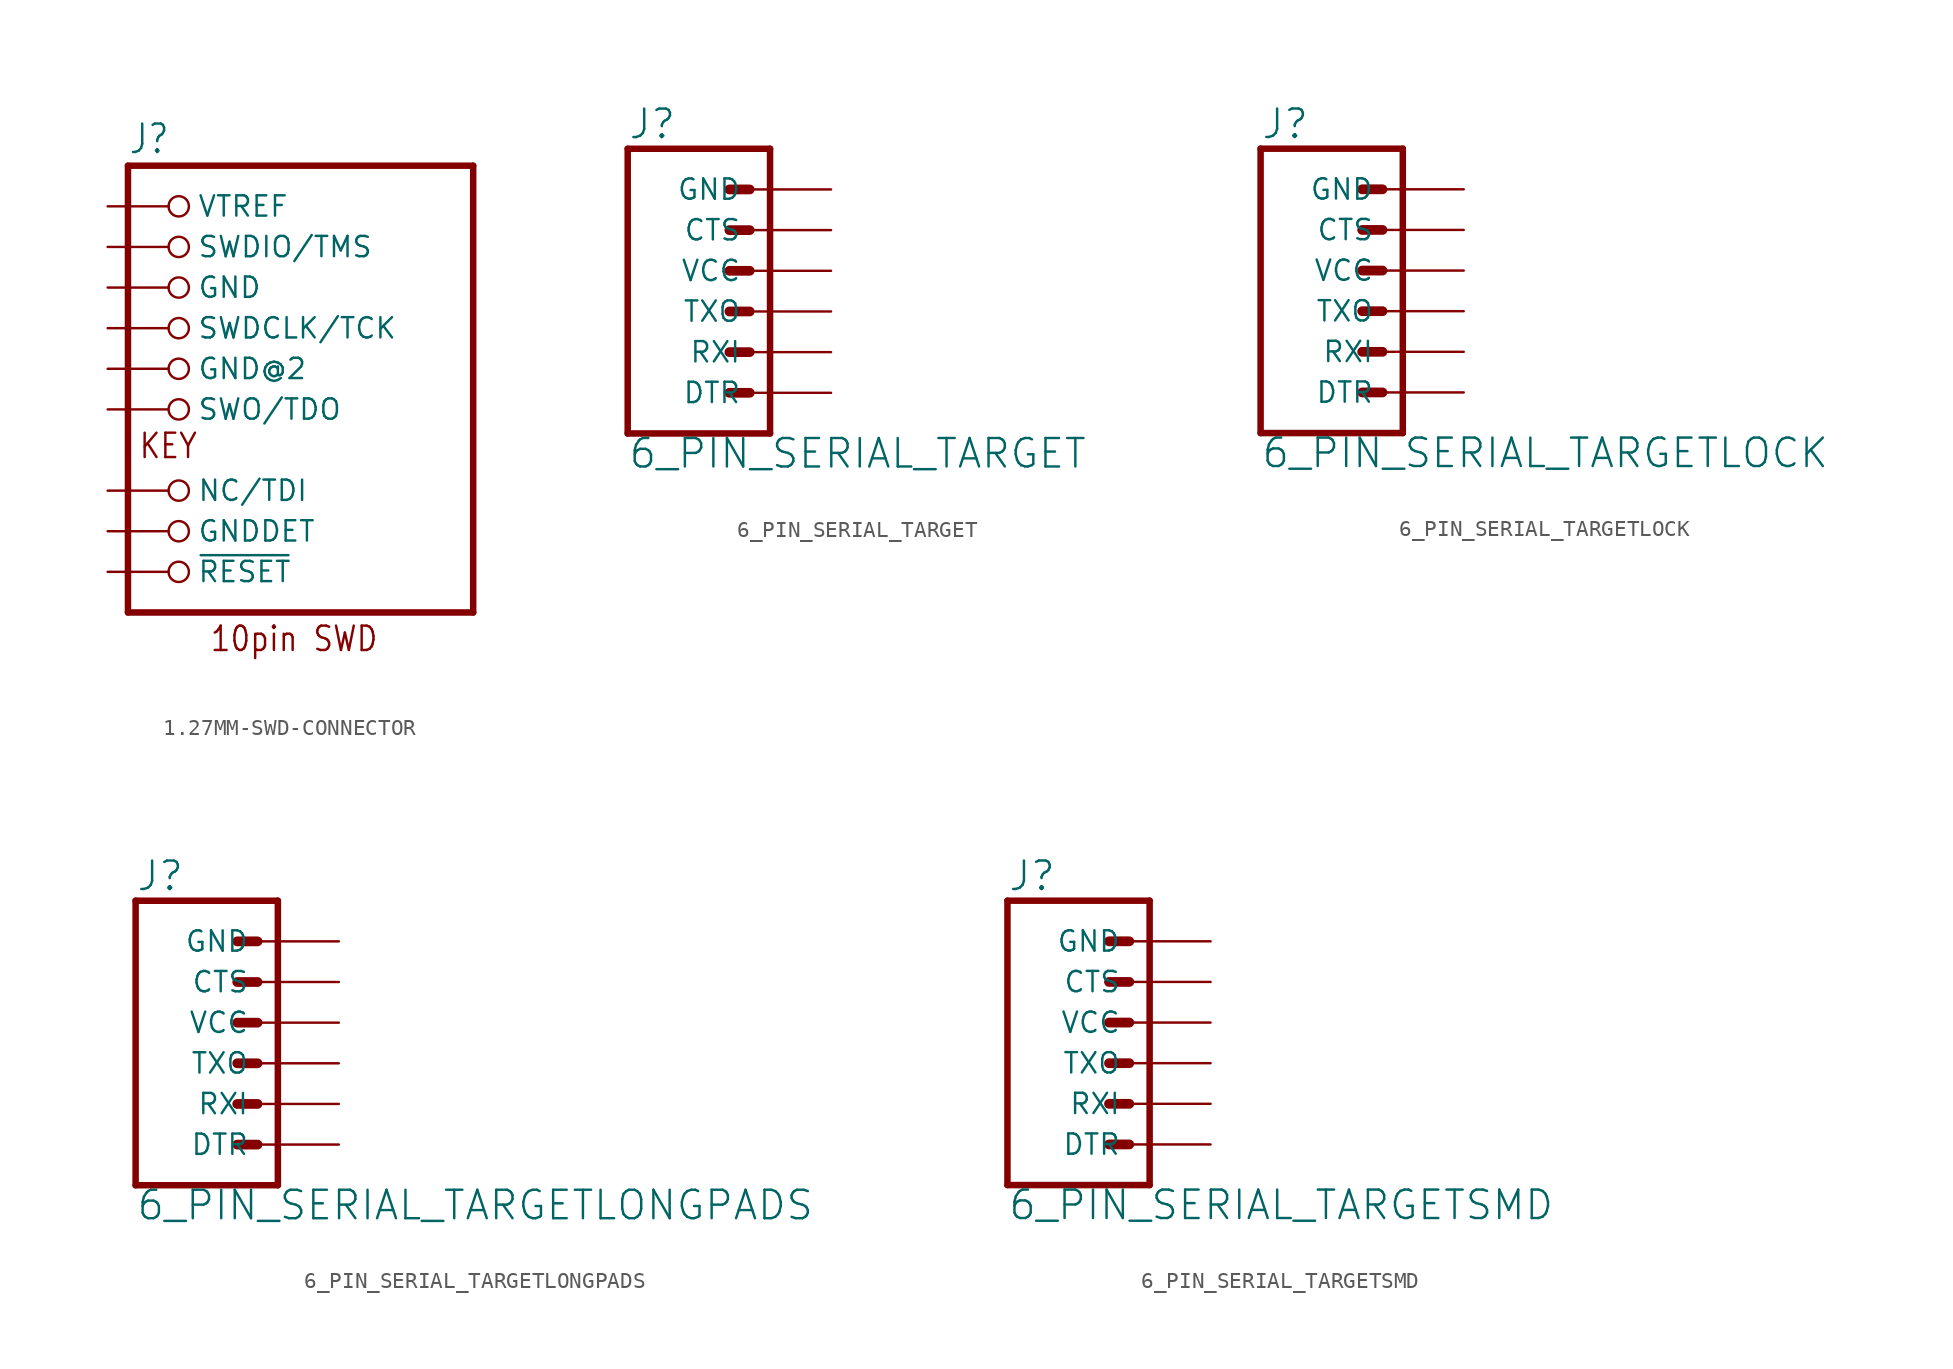
<source format=kicad_sym>
(kicad_symbol_lib
  (version 20211014)
  (generator kicad_symbol_editor)
  (symbol "1.27MM-SWD-CONNECTOR"
    (property "Reference" "J"
      (at -6.35 18.415 0)
      (effects (font (size 1.778 1.511)) (justify left bottom)))
    (property "ki_locked" ""
      (at 0 0 0)
      (effects (font (size 1.27 1.27))))
    (symbol "1.27MM-SWD-CONNECTOR_1_0"
      (polyline (pts (xy -6.35 -10.16) (xy 15.24 -10.16)) (stroke (width 0.406) (type default)) (fill (type none)))
      (polyline (pts (xy -6.35 17.78) (xy -6.35 -10.16)) (stroke (width 0.406) (type default)) (fill (type none)))
      (polyline (pts (xy 15.24 -10.16) (xy 15.24 17.78)) (stroke (width 0.406) (type default)) (fill (type none)))
      (polyline (pts (xy 15.24 17.78) (xy -6.35 17.78)) (stroke (width 0.406) (type default)) (fill (type none)))
      (text "10pin SWD" (at -1.27 -12.7 0) (effects (font (size 1.524 1.295)) (justify left bottom)))
      (text "KEY" (at -5.715 -0.635 0) (effects (font (size 1.524 1.295)) (justify left bottom)))
      (pin passive inverted (at -7.62 -7.62 0) (length 5.08) (name "~{RESET}" (effects (font (size 1.27 1.27)))) (number "!RESET" (effects (font (size 0 0)))))
      (pin passive inverted (at -7.62 10.16 0) (length 5.08) (name "GND" (effects (font (size 1.27 1.27)))) (number "GND" (effects (font (size 0 0)))))
      (pin passive inverted (at -7.62 5.08 0) (length 5.08) (name "GND@2" (effects (font (size 1.27 1.27)))) (number "GND@2" (effects (font (size 0 0)))))
      (pin passive inverted (at -7.62 -5.08 0) (length 5.08) (name "GNDDET" (effects (font (size 1.27 1.27)))) (number "GNDDET" (effects (font (size 0 0)))))
      (pin passive inverted (at -7.62 -2.54 0) (length 5.08) (name "NC/TDI" (effects (font (size 1.27 1.27)))) (number "NC" (effects (font (size 0 0)))))
      (pin passive inverted (at -7.62 7.62 0) (length 5.08) (name "SWDCLK/TCK" (effects (font (size 1.27 1.27)))) (number "SWDCLK" (effects (font (size 0 0)))))
      (pin passive inverted (at -7.62 12.7 0) (length 5.08) (name "SWDIO/TMS" (effects (font (size 1.27 1.27)))) (number "SWDIO" (effects (font (size 0 0)))))
      (pin passive inverted (at -7.62 2.54 0) (length 5.08) (name "SWO/TDO" (effects (font (size 1.27 1.27)))) (number "SWO" (effects (font (size 0 0)))))
      (pin passive inverted (at -7.62 15.24 0) (length 5.08) (name "VTREF" (effects (font (size 1.27 1.27)))) (number "VTREF" (effects (font (size 0 0)))))))
  (symbol "6_PIN_SERIAL_TARGET"
    (property "Reference" "J"
      (at -7.62 10.668 0)
      (effects (font (size 1.778 1.778)) (justify left bottom)))
    (property "Value" "6_PIN_SERIAL_TARGET"
      (at -7.62 -9.906 0)
      (effects (font (size 1.778 1.778)) (justify left bottom)))
    (property "ki_locked" ""
      (at 0 0 0)
      (effects (font (size 1.27 1.27))))
    (symbol "6_PIN_SERIAL_TARGET_1_0"
      (polyline (pts (xy -7.62 10.16) (xy -7.62 -7.62)) (stroke (width 0.406) (type default)) (fill (type none)))
      (polyline (pts (xy -7.62 10.16) (xy 1.27 10.16)) (stroke (width 0.406) (type default)) (fill (type none)))
      (polyline (pts (xy -1.27 -5.08) (xy 0 -5.08)) (stroke (width 0.61) (type default)) (fill (type none)))
      (polyline (pts (xy -1.27 -2.54) (xy 0 -2.54)) (stroke (width 0.61) (type default)) (fill (type none)))
      (polyline (pts (xy -1.27 0) (xy 0 0)) (stroke (width 0.61) (type default)) (fill (type none)))
      (polyline (pts (xy -1.27 2.54) (xy 0 2.54)) (stroke (width 0.61) (type default)) (fill (type none)))
      (polyline (pts (xy -1.27 5.08) (xy 0 5.08)) (stroke (width 0.61) (type default)) (fill (type none)))
      (polyline (pts (xy -1.27 7.62) (xy 0 7.62)) (stroke (width 0.61) (type default)) (fill (type none)))
      (polyline (pts (xy 1.27 -7.62) (xy -7.62 -7.62)) (stroke (width 0.406) (type default)) (fill (type none)))
      (polyline (pts (xy 1.27 -7.62) (xy 1.27 10.16)) (stroke (width 0.406) (type default)) (fill (type none)))
      (pin passive line (at 5.08 -5.08 180) (length 5.08) (name "DTR" (effects (font (size 1.27 1.27)))) (number "1" (effects (font (size 0 0)))))
      (pin passive line (at 5.08 -2.54 180) (length 5.08) (name "RXI" (effects (font (size 1.27 1.27)))) (number "2" (effects (font (size 0 0)))))
      (pin passive line (at 5.08 0 180) (length 5.08) (name "TXO" (effects (font (size 1.27 1.27)))) (number "3" (effects (font (size 0 0)))))
      (pin passive line (at 5.08 2.54 180) (length 5.08) (name "VCC" (effects (font (size 1.27 1.27)))) (number "4" (effects (font (size 0 0)))))
      (pin passive line (at 5.08 5.08 180) (length 5.08) (name "CTS" (effects (font (size 1.27 1.27)))) (number "5" (effects (font (size 0 0)))))
      (pin passive line (at 5.08 7.62 180) (length 5.08) (name "GND" (effects (font (size 1.27 1.27)))) (number "6" (effects (font (size 0 0)))))))
  (symbol "6_PIN_SERIAL_TARGETLOCK"
    (property "Reference" "J"
      (at -7.62 10.668 0)
      (effects (font (size 1.778 1.778)) (justify left bottom)))
    (property "Value" "6_PIN_SERIAL_TARGETLOCK"
      (at -7.62 -9.906 0)
      (effects (font (size 1.778 1.778)) (justify left bottom)))
    (property "ki_locked" ""
      (at 0 0 0)
      (effects (font (size 1.27 1.27))))
    (symbol "6_PIN_SERIAL_TARGETLOCK_1_0"
      (polyline (pts (xy -7.62 10.16) (xy -7.62 -7.62)) (stroke (width 0.406) (type default)) (fill (type none)))
      (polyline (pts (xy -7.62 10.16) (xy 1.27 10.16)) (stroke (width 0.406) (type default)) (fill (type none)))
      (polyline (pts (xy -1.27 -5.08) (xy 0 -5.08)) (stroke (width 0.61) (type default)) (fill (type none)))
      (polyline (pts (xy -1.27 -2.54) (xy 0 -2.54)) (stroke (width 0.61) (type default)) (fill (type none)))
      (polyline (pts (xy -1.27 0) (xy 0 0)) (stroke (width 0.61) (type default)) (fill (type none)))
      (polyline (pts (xy -1.27 2.54) (xy 0 2.54)) (stroke (width 0.61) (type default)) (fill (type none)))
      (polyline (pts (xy -1.27 5.08) (xy 0 5.08)) (stroke (width 0.61) (type default)) (fill (type none)))
      (polyline (pts (xy -1.27 7.62) (xy 0 7.62)) (stroke (width 0.61) (type default)) (fill (type none)))
      (polyline (pts (xy 1.27 -7.62) (xy -7.62 -7.62)) (stroke (width 0.406) (type default)) (fill (type none)))
      (polyline (pts (xy 1.27 -7.62) (xy 1.27 10.16)) (stroke (width 0.406) (type default)) (fill (type none)))
      (pin passive line (at 5.08 -5.08 180) (length 5.08) (name "DTR" (effects (font (size 1.27 1.27)))) (number "1" (effects (font (size 0 0)))))
      (pin passive line (at 5.08 -2.54 180) (length 5.08) (name "RXI" (effects (font (size 1.27 1.27)))) (number "2" (effects (font (size 0 0)))))
      (pin passive line (at 5.08 0 180) (length 5.08) (name "TXO" (effects (font (size 1.27 1.27)))) (number "3" (effects (font (size 0 0)))))
      (pin passive line (at 5.08 2.54 180) (length 5.08) (name "VCC" (effects (font (size 1.27 1.27)))) (number "4" (effects (font (size 0 0)))))
      (pin passive line (at 5.08 5.08 180) (length 5.08) (name "CTS" (effects (font (size 1.27 1.27)))) (number "5" (effects (font (size 0 0)))))
      (pin passive line (at 5.08 7.62 180) (length 5.08) (name "GND" (effects (font (size 1.27 1.27)))) (number "6" (effects (font (size 0 0)))))))
  (symbol "6_PIN_SERIAL_TARGETLONGPADS"
    (property "Reference" "J"
      (at -7.62 10.668 0)
      (effects (font (size 1.778 1.778)) (justify left bottom)))
    (property "Value" "6_PIN_SERIAL_TARGETLONGPADS"
      (at -7.62 -9.906 0)
      (effects (font (size 1.778 1.778)) (justify left bottom)))
    (property "ki_locked" ""
      (at 0 0 0)
      (effects (font (size 1.27 1.27))))
    (symbol "6_PIN_SERIAL_TARGETLONGPADS_1_0"
      (polyline (pts (xy -7.62 10.16) (xy -7.62 -7.62)) (stroke (width 0.406) (type default)) (fill (type none)))
      (polyline (pts (xy -7.62 10.16) (xy 1.27 10.16)) (stroke (width 0.406) (type default)) (fill (type none)))
      (polyline (pts (xy -1.27 -5.08) (xy 0 -5.08)) (stroke (width 0.61) (type default)) (fill (type none)))
      (polyline (pts (xy -1.27 -2.54) (xy 0 -2.54)) (stroke (width 0.61) (type default)) (fill (type none)))
      (polyline (pts (xy -1.27 0) (xy 0 0)) (stroke (width 0.61) (type default)) (fill (type none)))
      (polyline (pts (xy -1.27 2.54) (xy 0 2.54)) (stroke (width 0.61) (type default)) (fill (type none)))
      (polyline (pts (xy -1.27 5.08) (xy 0 5.08)) (stroke (width 0.61) (type default)) (fill (type none)))
      (polyline (pts (xy -1.27 7.62) (xy 0 7.62)) (stroke (width 0.61) (type default)) (fill (type none)))
      (polyline (pts (xy 1.27 -7.62) (xy -7.62 -7.62)) (stroke (width 0.406) (type default)) (fill (type none)))
      (polyline (pts (xy 1.27 -7.62) (xy 1.27 10.16)) (stroke (width 0.406) (type default)) (fill (type none)))
      (pin passive line (at 5.08 -5.08 180) (length 5.08) (name "DTR" (effects (font (size 1.27 1.27)))) (number "1" (effects (font (size 0 0)))))
      (pin passive line (at 5.08 -2.54 180) (length 5.08) (name "RXI" (effects (font (size 1.27 1.27)))) (number "2" (effects (font (size 0 0)))))
      (pin passive line (at 5.08 0 180) (length 5.08) (name "TXO" (effects (font (size 1.27 1.27)))) (number "3" (effects (font (size 0 0)))))
      (pin passive line (at 5.08 2.54 180) (length 5.08) (name "VCC" (effects (font (size 1.27 1.27)))) (number "4" (effects (font (size 0 0)))))
      (pin passive line (at 5.08 5.08 180) (length 5.08) (name "CTS" (effects (font (size 1.27 1.27)))) (number "5" (effects (font (size 0 0)))))
      (pin passive line (at 5.08 7.62 180) (length 5.08) (name "GND" (effects (font (size 1.27 1.27)))) (number "6" (effects (font (size 0 0)))))))
  (symbol "6_PIN_SERIAL_TARGETSMD"
    (property "Reference" "J"
      (at -7.62 10.668 0)
      (effects (font (size 1.778 1.778)) (justify left bottom)))
    (property "Value" "6_PIN_SERIAL_TARGETSMD"
      (at -7.62 -9.906 0)
      (effects (font (size 1.778 1.778)) (justify left bottom)))
    (property "ki_locked" ""
      (at 0 0 0)
      (effects (font (size 1.27 1.27))))
    (symbol "6_PIN_SERIAL_TARGETSMD_1_0"
      (polyline (pts (xy -7.62 10.16) (xy -7.62 -7.62)) (stroke (width 0.406) (type default)) (fill (type none)))
      (polyline (pts (xy -7.62 10.16) (xy 1.27 10.16)) (stroke (width 0.406) (type default)) (fill (type none)))
      (polyline (pts (xy -1.27 -5.08) (xy 0 -5.08)) (stroke (width 0.61) (type default)) (fill (type none)))
      (polyline (pts (xy -1.27 -2.54) (xy 0 -2.54)) (stroke (width 0.61) (type default)) (fill (type none)))
      (polyline (pts (xy -1.27 0) (xy 0 0)) (stroke (width 0.61) (type default)) (fill (type none)))
      (polyline (pts (xy -1.27 2.54) (xy 0 2.54)) (stroke (width 0.61) (type default)) (fill (type none)))
      (polyline (pts (xy -1.27 5.08) (xy 0 5.08)) (stroke (width 0.61) (type default)) (fill (type none)))
      (polyline (pts (xy -1.27 7.62) (xy 0 7.62)) (stroke (width 0.61) (type default)) (fill (type none)))
      (polyline (pts (xy 1.27 -7.62) (xy -7.62 -7.62)) (stroke (width 0.406) (type default)) (fill (type none)))
      (polyline (pts (xy 1.27 -7.62) (xy 1.27 10.16)) (stroke (width 0.406) (type default)) (fill (type none)))
      (pin passive line (at 5.08 -5.08 180) (length 5.08) (name "DTR" (effects (font (size 1.27 1.27)))) (number "1" (effects (font (size 0 0)))))
      (pin passive line (at 5.08 -2.54 180) (length 5.08) (name "RXI" (effects (font (size 1.27 1.27)))) (number "2" (effects (font (size 0 0)))))
      (pin passive line (at 5.08 0 180) (length 5.08) (name "TXO" (effects (font (size 1.27 1.27)))) (number "3" (effects (font (size 0 0)))))
      (pin passive line (at 5.08 2.54 180) (length 5.08) (name "VCC" (effects (font (size 1.27 1.27)))) (number "4" (effects (font (size 0 0)))))
      (pin passive line (at 5.08 5.08 180) (length 5.08) (name "CTS" (effects (font (size 1.27 1.27)))) (number "5" (effects (font (size 0 0)))))
      (pin passive line (at 5.08 7.62 180) (length 5.08) (name "GND" (effects (font (size 1.27 1.27)))) (number "6" (effects (font (size 0 0))))))))
</source>
